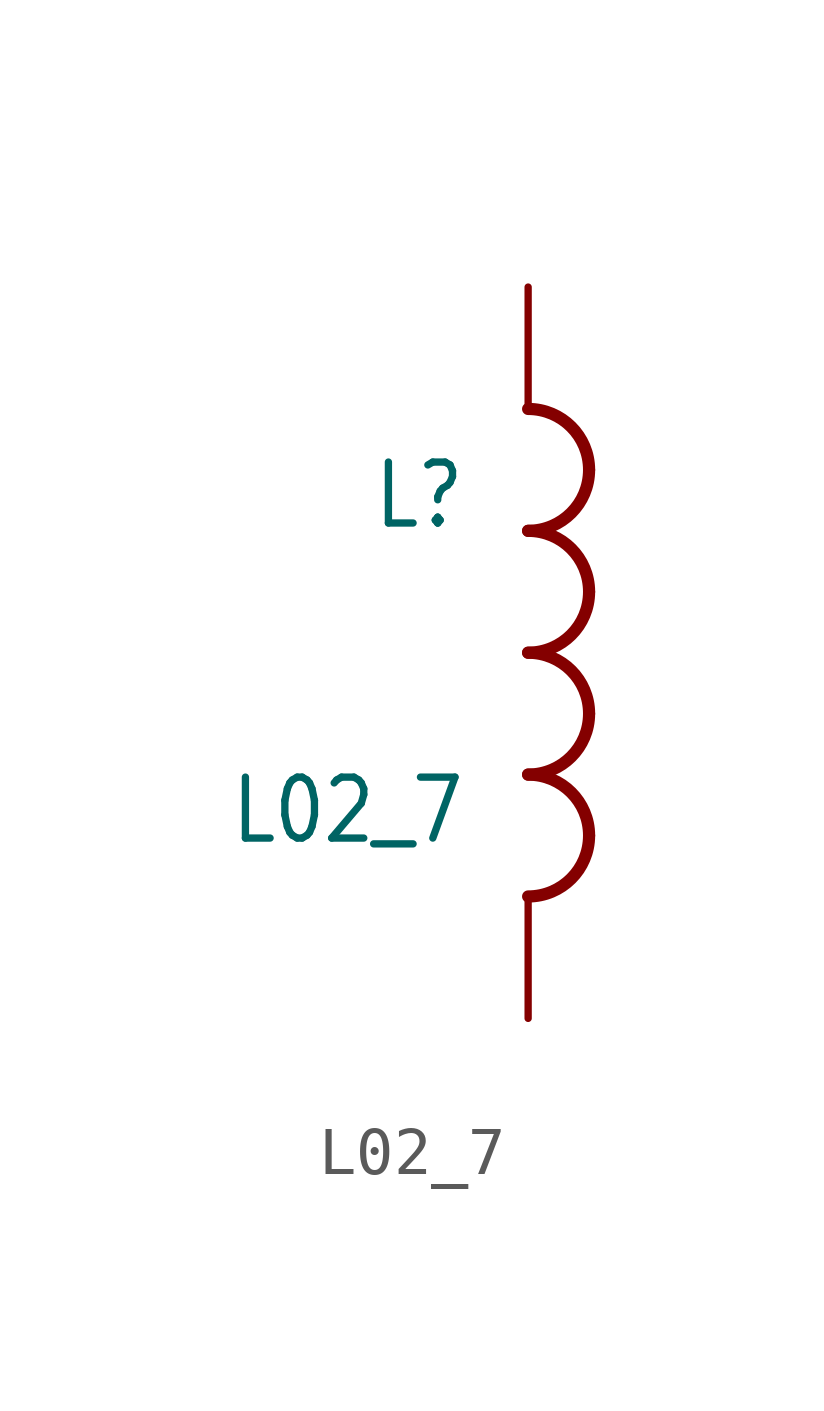
<source format=kicad_sym>
(kicad_symbol_lib
  (version 20201005)
  (generator kicad_symbol_editor)
  (symbol "L02_7"
    (property "Reference" "L"
      (at -1.27 2.54 0)
      (effects (font (size 1.27 1.079)) (justify right bottom)))
    (property "Value" "L02_7"
      (at -1.27 -2.54 0)
      (effects (font (size 1.27 1.079)) (justify right top)))
    (property "ki_locked" ""
      (at 0 0 0)
      (effects (font (size 1.27 1.27))))
    (symbol "L02_7_1_0"
      (arc (start 1.27 -3.81) (end 0 -2.54) (radius (at 0 -3.81) (length 1.27) (angles 0 90)) (stroke (width 0.254)) (fill (type none)))
      (arc (start 0 -5.08) (end 1.27 -3.81) (radius (at 0 -3.81) (length 1.27) (angles -90 0)) (stroke (width 0.254)) (fill (type none)))
      (arc (start 1.27 -1.27) (end 0 0) (radius (at 0 -1.27) (length 1.27) (angles 0 90)) (stroke (width 0.254)) (fill (type none)))
      (arc (start 0 -2.54) (end 1.27 -1.27) (radius (at 0 -1.27) (length 1.27) (angles -90 0)) (stroke (width 0.254)) (fill (type none)))
      (arc (start 1.27 1.27) (end 0 2.54) (radius (at 0 1.27) (length 1.27) (angles 0 90)) (stroke (width 0.254)) (fill (type none)))
      (arc (start 0 0) (end 1.27 1.27) (radius (at 0 1.27) (length 1.27) (angles -90 0)) (stroke (width 0.254)) (fill (type none)))
      (arc (start 1.27 3.81) (end 0 5.08) (radius (at 0 3.81) (length 1.27) (angles 0 90)) (stroke (width 0.254)) (fill (type none)))
      (arc (start 0 2.54) (end 1.27 3.81) (radius (at 0 3.81) (length 1.27) (angles -90 0)) (stroke (width 0.254)) (fill (type none)))
      (pin passive line (at 0 7.62 270) (length 2.54) (name "1" (effects (font (size 0 0)))) (number "1" (effects (font (size 0 0)))))
      (pin passive line (at 0 -7.62 90) (length 2.54) (name "2" (effects (font (size 0 0)))) (number "2" (effects (font (size 0 0))))))))
</source>
